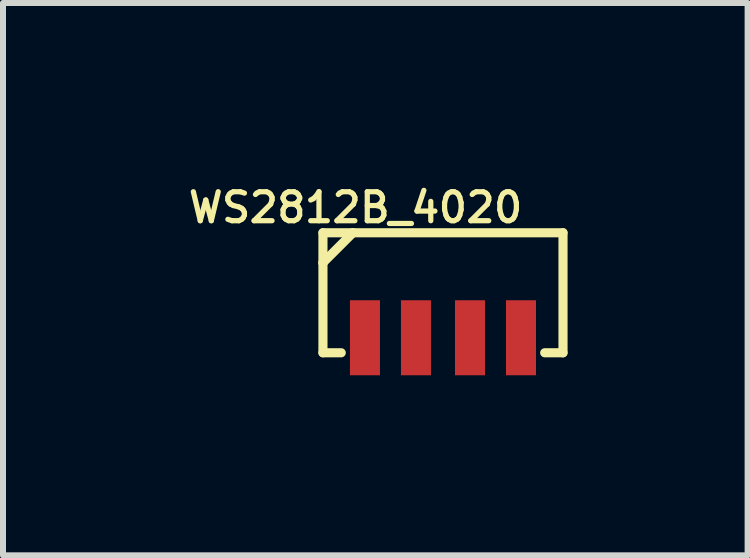
<source format=kicad_pcb>
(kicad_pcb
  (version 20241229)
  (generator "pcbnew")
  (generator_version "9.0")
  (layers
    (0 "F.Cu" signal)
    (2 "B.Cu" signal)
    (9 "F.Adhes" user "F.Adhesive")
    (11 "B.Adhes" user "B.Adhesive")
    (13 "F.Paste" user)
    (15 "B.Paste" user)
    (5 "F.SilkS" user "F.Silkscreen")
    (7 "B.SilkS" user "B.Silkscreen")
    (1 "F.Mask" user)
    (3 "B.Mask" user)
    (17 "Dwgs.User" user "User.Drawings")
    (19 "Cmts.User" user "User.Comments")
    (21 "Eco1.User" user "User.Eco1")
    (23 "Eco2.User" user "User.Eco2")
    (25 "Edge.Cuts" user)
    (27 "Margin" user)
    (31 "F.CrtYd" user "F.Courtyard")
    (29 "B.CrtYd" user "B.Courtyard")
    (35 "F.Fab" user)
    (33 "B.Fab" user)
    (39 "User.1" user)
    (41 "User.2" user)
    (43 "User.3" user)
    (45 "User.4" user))
  (footprint "WS2812B_4020"
    (layer "F.Cu")
    (at 4.331 1.828)
    (property "Reference" "WS2812B_4020" (at 1.372 -1.702 0) (unlocked yes) (layer "F.SilkS") (effects (font (size 0.483 0.483) (thickness 0.087)) (justify right top)))
    (attr through_hole)
    (fp_line (start -2 -1) (end -1.5 -1) (stroke (width 0.152) (type solid)) (layer "F.SilkS"))
    (fp_line (start -2 -0.5) (end -2 -1) (stroke (width 0.152) (type solid)) (layer "F.SilkS"))
    (fp_line (start -2 1) (end -2 -0.5) (stroke (width 0.152) (type solid)) (layer "F.SilkS"))
    (fp_line (start -1.695 1) (end -2 1) (stroke (width 0.152) (type solid)) (layer "F.SilkS"))
    (fp_line (start -1.5 -1) (end -2 -0.5) (stroke (width 0.152) (type solid)) (layer "F.SilkS"))
    (fp_line (start -1.5 -1) (end 2 -1) (stroke (width 0.152) (type solid)) (layer "F.SilkS"))
    (fp_line (start 1.695 1) (end 2 1) (stroke (width 0.152) (type solid)) (layer "F.SilkS"))
    (fp_line (start 2 -1) (end 2 1) (stroke (width 0.152) (type solid)) (layer "F.SilkS"))
    (pad "1" smd rect (at 1.3 0.75 270) (size 1.25 0.5) (layers "F.Cu" "F.Mask" "F.Paste"))
    (pad "2" smd rect (at 0.45 0.75 270) (size 1.25 0.5) (layers "F.Cu" "F.Mask" "F.Paste"))
    (pad "3" smd rect (at -0.45 0.75 270) (size 1.25 0.5) (layers "F.Cu" "F.Mask" "F.Paste"))
    (pad "4" smd rect (at -1.3 0.75 270) (size 1.25 0.5) (layers "F.Cu" "F.Mask" "F.Paste")))
  (gr_rect
    (start -3 -3)
    (end 9.407 6.203)
    (stroke (width 0.1) (type default))
    (fill no)
    (layer "Edge.Cuts")))
</source>
